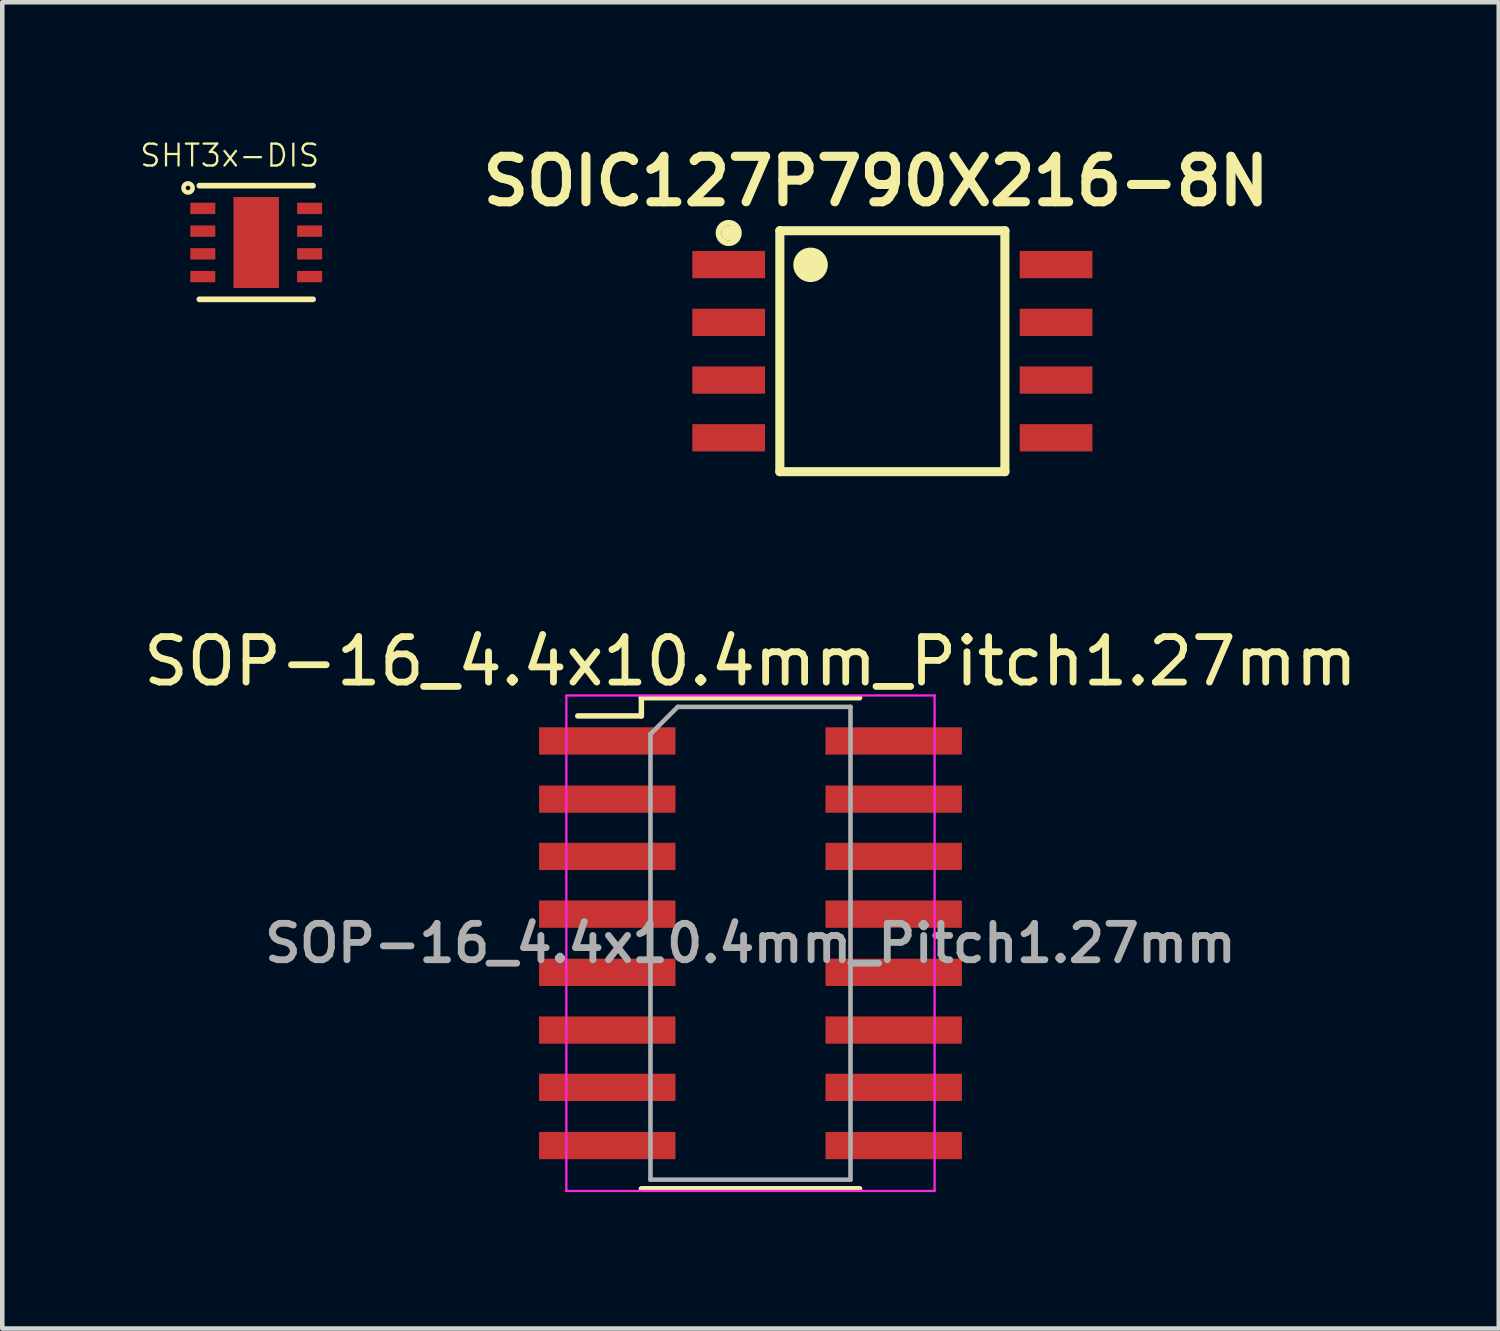
<source format=kicad_pcb>
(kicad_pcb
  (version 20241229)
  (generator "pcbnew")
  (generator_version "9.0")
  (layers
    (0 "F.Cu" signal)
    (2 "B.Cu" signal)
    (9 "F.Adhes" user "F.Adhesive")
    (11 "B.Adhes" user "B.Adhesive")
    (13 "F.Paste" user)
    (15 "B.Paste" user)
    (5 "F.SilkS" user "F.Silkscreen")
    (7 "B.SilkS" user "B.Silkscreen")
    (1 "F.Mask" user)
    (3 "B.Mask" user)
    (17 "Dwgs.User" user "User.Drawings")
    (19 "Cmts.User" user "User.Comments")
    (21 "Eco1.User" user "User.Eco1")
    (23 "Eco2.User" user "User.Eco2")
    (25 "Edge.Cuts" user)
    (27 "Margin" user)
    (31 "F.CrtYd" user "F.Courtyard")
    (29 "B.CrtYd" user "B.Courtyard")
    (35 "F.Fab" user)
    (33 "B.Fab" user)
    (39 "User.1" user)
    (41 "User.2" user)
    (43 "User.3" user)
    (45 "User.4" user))
  (footprint "SHT3x-DIS"
    (layer "F.Cu")
    (at 2.586 2.284)
    (property "Reference" "SHT3x-DIS" (at -0.584 -1.914 0) (layer "F.SilkS") (effects (font (size 0.482 0.482) (thickness 0.05))))
    (attr smd)
    (fp_line (start -1.25 1.25) (end 1.25 1.25) (stroke (width 0.127) (type solid)) (layer "F.SilkS"))
    (fp_line (start 1.25 -1.25) (end -1.25 -1.25) (stroke (width 0.127) (type solid)) (layer "F.SilkS"))
    (fp_circle (center -1.5 -1.2) (end -1.4 -1.2) (stroke (width 0.1) (type solid)) (fill no) (layer "F.SilkS"))
    (fp_poly (pts (xy -0.452 -0.8) (xy 0.45 -0.8) (xy 0.45 0.803) (xy -0.452 0.803)) (stroke (width 0) (type solid)) (fill yes) (layer "F.Paste"))
    (fp_line (start -1.75 -1.5) (end -1.75 1.5) (stroke (width 0.127) (type solid)) (layer "Eco1.User"))
    (fp_line (start -1.75 1.5) (end 1.75 1.5) (stroke (width 0.127) (type solid)) (layer "Eco1.User"))
    (fp_line (start 1.75 -1.5) (end -1.75 -1.5) (stroke (width 0.127) (type solid)) (layer "Eco1.User"))
    (fp_line (start 1.75 1.5) (end 1.75 -1.5) (stroke (width 0.127) (type solid)) (layer "Eco1.User"))
    (fp_line (start -1.25 -1.25) (end -1.25 1.25) (stroke (width 0.127) (type solid)) (layer "Eco2.User"))
    (fp_line (start 1.25 1.25) (end 1.25 -1.25) (stroke (width 0.127) (type solid)) (layer "Eco2.User"))
    (fp_circle (center 0 0) (end 0.75 0) (stroke (width 0.127) (type solid)) (fill no) (layer "Eco2.User"))
    (pad "1" smd rect (at -1.175 -0.75) (size 0.55 0.25) (layers "F.Cu" "F.Mask" "F.Paste"))
    (pad "2" smd rect (at -1.175 -0.25) (size 0.55 0.25) (layers "F.Cu" "F.Mask" "F.Paste"))
    (pad "3" smd rect (at -1.175 0.25) (size 0.55 0.25) (layers "F.Cu" "F.Mask" "F.Paste"))
    (pad "4" smd rect (at -1.175 0.75) (size 0.55 0.25) (layers "F.Cu" "F.Mask" "F.Paste"))
    (pad "5" smd rect (at 1.175 0.75) (size 0.55 0.25) (layers "F.Cu" "F.Mask" "F.Paste"))
    (pad "6" smd rect (at 1.175 0.25) (size 0.55 0.25) (layers "F.Cu" "F.Mask" "F.Paste"))
    (pad "7" smd rect (at 1.175 -0.25) (size 0.55 0.25) (layers "F.Cu" "F.Mask" "F.Paste"))
    (pad "8" smd rect (at 1.175 -0.75) (size 0.55 0.25) (layers "F.Cu" "F.Mask" "F.Paste"))
    (pad "PAD" smd rect (at 0 0) (size 1 2) (layers "F.Cu" "F.Mask" "F.Paste")))
  (footprint "SOIC127P790X216-8N"
    (layer "F.Cu")
    (at 16.579 4.675)
    (property "Reference" "SOIC127P790X216-8N" (at -0.36 -3.739 0) (layer "F.SilkS") (effects (font (size 1 1) (thickness 0.2))))
    (attr smd)
    (fp_line (start -2.475 -2.65) (end 2.475 -2.65) (stroke (width 0.2) (type solid)) (layer "F.SilkS"))
    (fp_line (start -2.475 2.65) (end -2.475 -2.65) (stroke (width 0.2) (type solid)) (layer "F.SilkS"))
    (fp_line (start 2.475 -2.65) (end 2.475 2.65) (stroke (width 0.2) (type solid)) (layer "F.SilkS"))
    (fp_line (start 2.475 2.65) (end -2.475 2.65) (stroke (width 0.2) (type solid)) (layer "F.SilkS"))
    (fp_circle (center -3.6 -2.6) (end -3.5 -2.6) (stroke (width 0.127) (type solid)) (fill no) (layer "F.SilkS"))
    (fp_circle (center -3.6 -2.6) (end -3.376 -2.6) (stroke (width 0.127) (type solid)) (fill no) (layer "F.SilkS"))
    (fp_circle (center -3.5 -2.6) (end -3.4 -2.6) (stroke (width 0.127) (type solid)) (fill no) (layer "F.SilkS"))
    (fp_circle (center -1.8 -1.9) (end -1.7 -1.9) (stroke (width 0.127) (type solid)) (fill no) (layer "F.SilkS"))
    (fp_circle (center -1.8 -1.9) (end -1.659 -1.9) (stroke (width 0.127) (type solid)) (fill no) (layer "F.SilkS"))
    (fp_circle (center -1.8 -1.9) (end -1.576 -1.9) (stroke (width 0.127) (type solid)) (fill no) (layer "F.SilkS"))
    (fp_circle (center -1.8 -1.9) (end -1.484 -1.9) (stroke (width 0.127) (type solid)) (fill no) (layer "F.SilkS"))
    (fp_circle (center -1.8 -1.8) (end -1.7 -1.8) (stroke (width 0.127) (type solid)) (fill no) (layer "F.SilkS"))
    (fp_line (start -4.65 -2.95) (end 4.65 -2.95) (stroke (width 0.05) (type solid)) (layer "Eco1.User"))
    (fp_line (start -4.65 2.95) (end -4.65 -2.95) (stroke (width 0.05) (type solid)) (layer "Eco1.User"))
    (fp_line (start 4.65 -2.95) (end 4.65 2.95) (stroke (width 0.05) (type solid)) (layer "Eco1.User"))
    (fp_line (start 4.65 2.95) (end -4.65 2.95) (stroke (width 0.05) (type solid)) (layer "Eco1.User"))
    (pad "1" smd rect (at -3.6 -1.905) (size 1.6 0.6) (layers "F.Cu" "F.Mask" "F.Paste"))
    (pad "2" smd rect (at -3.6 -0.635) (size 1.6 0.6) (layers "F.Cu" "F.Mask" "F.Paste"))
    (pad "3" smd rect (at -3.6 0.635) (size 1.6 0.6) (layers "F.Cu" "F.Mask" "F.Paste"))
    (pad "4" smd rect (at -3.6 1.905) (size 1.6 0.6) (layers "F.Cu" "F.Mask" "F.Paste"))
    (pad "5" smd rect (at 3.6 1.905 180) (size 1.6 0.6) (layers "F.Cu" "F.Mask" "F.Paste"))
    (pad "6" smd rect (at 3.6 0.635 180) (size 1.6 0.6) (layers "F.Cu" "F.Mask" "F.Paste"))
    (pad "7" smd rect (at 3.6 -0.635 180) (size 1.6 0.6) (layers "F.Cu" "F.Mask" "F.Paste"))
    (pad "8" smd rect (at 3.6 -1.905 180) (size 1.6 0.6) (layers "F.Cu" "F.Mask" "F.Paste")))
  (footprint "SOP-16_4.4x10.4mm_Pitch1.27mm"
    (layer "F.Cu")
    (at 13.458 17.698)
    (property "Reference" "SOP-16_4.4x10.4mm_Pitch1.27mm" (at 0 -6.2 0) (layer "F.SilkS") (effects (font (size 1 1) (thickness 0.15))))
    (attr smd)
    (fp_line (start -2.4 -5.4) (end -2.4 -5) (stroke (width 0.12) (type solid)) (layer "F.SilkS"))
    (fp_line (start -2.4 -5.4) (end 2.4 -5.4) (stroke (width 0.12) (type solid)) (layer "F.SilkS"))
    (fp_line (start -2.4 -5) (end -3.8 -5) (stroke (width 0.12) (type solid)) (layer "F.SilkS"))
    (fp_line (start -2.4 5.4) (end 2.4 5.4) (stroke (width 0.12) (type solid)) (layer "F.SilkS"))
    (fp_line (start -4.05 -5.45) (end -4.05 5.45) (stroke (width 0.05) (type solid)) (layer "F.CrtYd"))
    (fp_line (start -4.05 -5.45) (end 4.05 -5.45) (stroke (width 0.05) (type solid)) (layer "F.CrtYd"))
    (fp_line (start 4.05 5.45) (end -4.05 5.45) (stroke (width 0.05) (type solid)) (layer "F.CrtYd"))
    (fp_line (start 4.05 5.45) (end 4.05 -5.45) (stroke (width 0.05) (type solid)) (layer "F.CrtYd"))
    (fp_line (start -2.2 -4.6) (end -1.6 -5.2) (stroke (width 0.1) (type solid)) (layer "F.Fab"))
    (fp_line (start -2.2 5.2) (end -2.2 -4.6) (stroke (width 0.1) (type solid)) (layer "F.Fab"))
    (fp_line (start -1.6 -5.2) (end 2.2 -5.2) (stroke (width 0.1) (type solid)) (layer "F.Fab"))
    (fp_line (start 2.2 -5.2) (end 2.2 5.2) (stroke (width 0.1) (type solid)) (layer "F.Fab"))
    (fp_line (start 2.2 5.2) (end -2.2 5.2) (stroke (width 0.1) (type solid)) (layer "F.Fab"))
    (fp_text user "${REFERENCE}" (at 0 0 0) (layer "F.Fab") (effects (font (size 0.8 0.8) (thickness 0.15))))
    (pad "1" smd rect (at -3.15 -4.45) (size 3 0.6) (layers "F.Cu" "F.Mask" "F.Paste"))
    (pad "2" smd rect (at -3.15 -3.17) (size 3 0.6) (layers "F.Cu" "F.Mask" "F.Paste"))
    (pad "3" smd rect (at -3.15 -1.91) (size 3 0.6) (layers "F.Cu" "F.Mask" "F.Paste"))
    (pad "4" smd rect (at -3.15 -0.64) (size 3 0.6) (layers "F.Cu" "F.Mask" "F.Paste"))
    (pad "5" smd rect (at -3.15 0.64) (size 3 0.6) (layers "F.Cu" "F.Mask" "F.Paste"))
    (pad "6" smd rect (at -3.15 1.91) (size 3 0.6) (layers "F.Cu" "F.Mask" "F.Paste"))
    (pad "7" smd rect (at -3.15 3.17) (size 3 0.6) (layers "F.Cu" "F.Mask" "F.Paste"))
    (pad "8" smd rect (at -3.15 4.45) (size 3 0.6) (layers "F.Cu" "F.Mask" "F.Paste"))
    (pad "9" smd rect (at 3.15 4.45) (size 3 0.6) (layers "F.Cu" "F.Mask" "F.Paste"))
    (pad "10" smd rect (at 3.15 3.17) (size 3 0.6) (layers "F.Cu" "F.Mask" "F.Paste"))
    (pad "11" smd rect (at 3.15 1.91) (size 3 0.6) (layers "F.Cu" "F.Mask" "F.Paste"))
    (pad "12" smd rect (at 3.15 0.64) (size 3 0.6) (layers "F.Cu" "F.Mask" "F.Paste"))
    (pad "13" smd rect (at 3.15 -0.64) (size 3 0.6) (layers "F.Cu" "F.Mask" "F.Paste"))
    (pad "14" smd rect (at 3.15 -1.91) (size 3 0.6) (layers "F.Cu" "F.Mask" "F.Paste"))
    (pad "15" smd rect (at 3.15 -3.17) (size 3 0.6) (layers "F.Cu" "F.Mask" "F.Paste"))
    (pad "16" smd rect (at 3.15 -4.45) (size 3 0.6) (layers "F.Cu" "F.Mask" "F.Paste")))
  (gr_rect
    (start -3 -3)
    (end 29.917 26.173)
    (stroke (width 0.1) (type default))
    (fill no)
    (layer "Edge.Cuts")))
</source>
